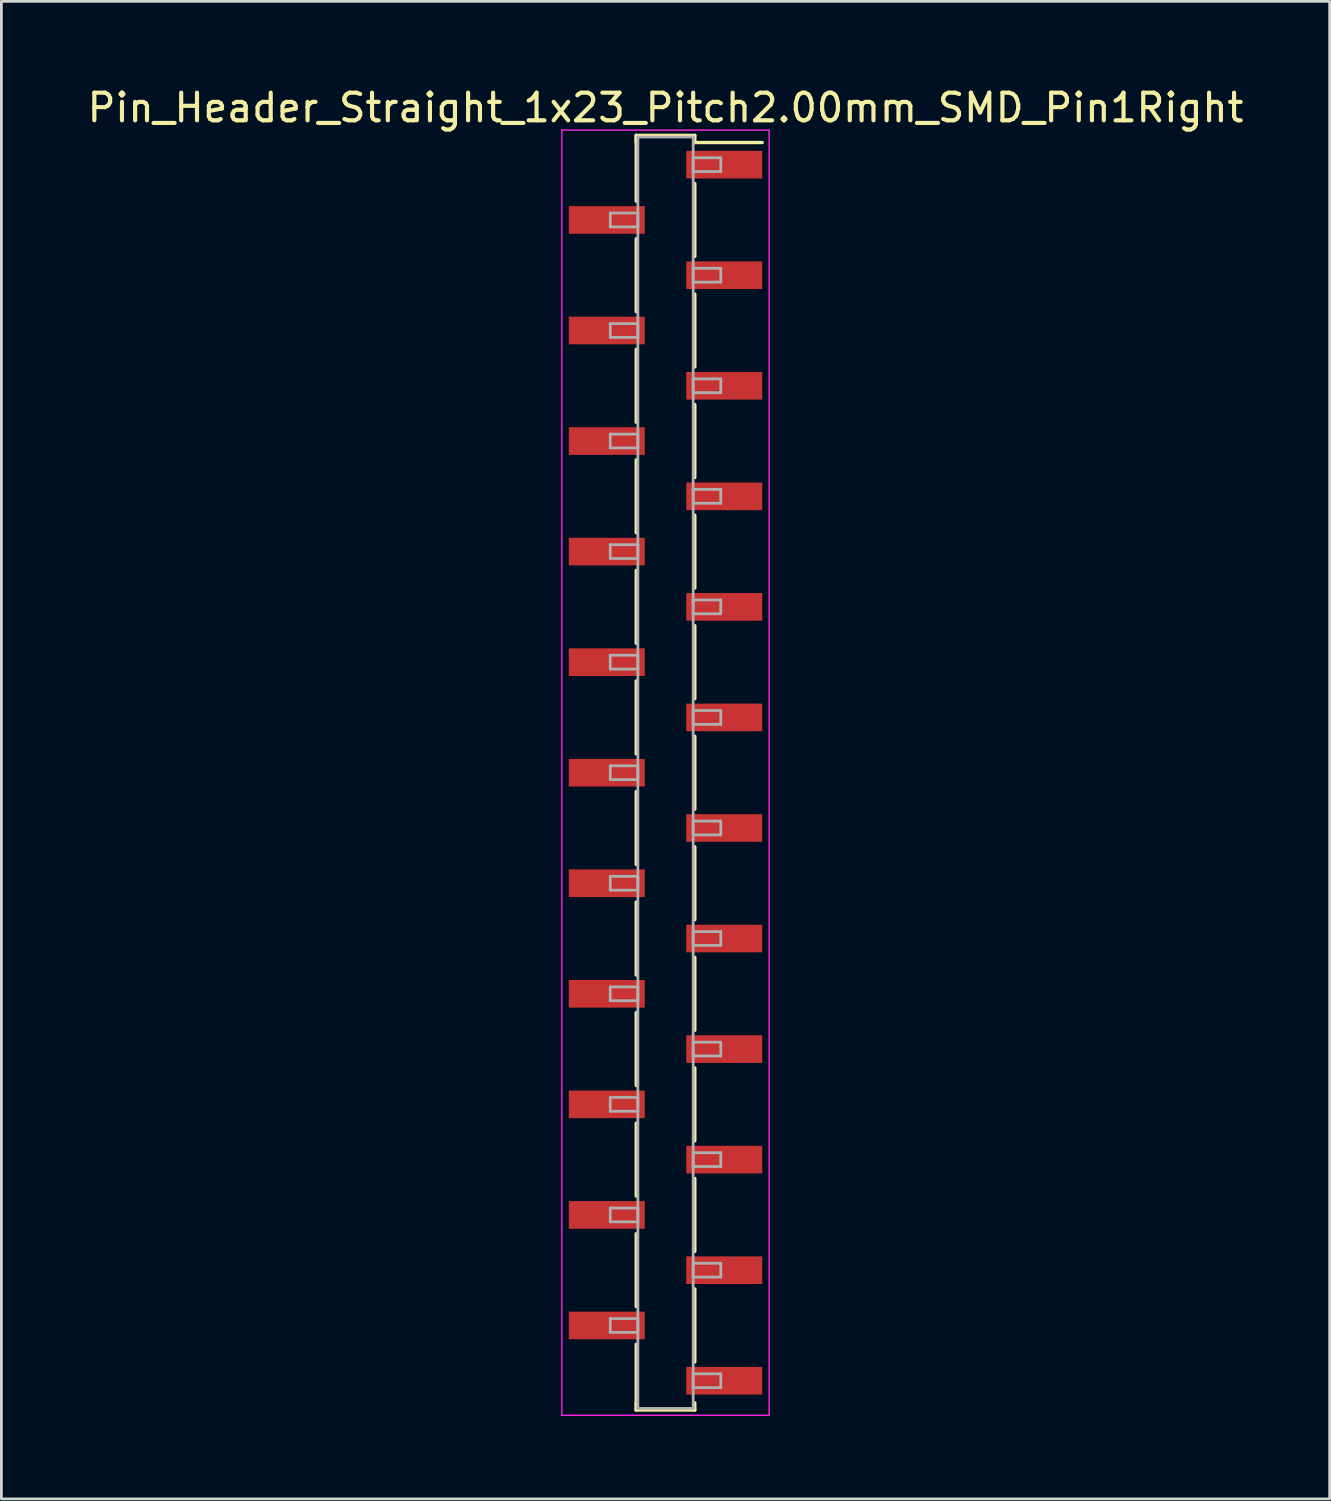
<source format=kicad_pcb>
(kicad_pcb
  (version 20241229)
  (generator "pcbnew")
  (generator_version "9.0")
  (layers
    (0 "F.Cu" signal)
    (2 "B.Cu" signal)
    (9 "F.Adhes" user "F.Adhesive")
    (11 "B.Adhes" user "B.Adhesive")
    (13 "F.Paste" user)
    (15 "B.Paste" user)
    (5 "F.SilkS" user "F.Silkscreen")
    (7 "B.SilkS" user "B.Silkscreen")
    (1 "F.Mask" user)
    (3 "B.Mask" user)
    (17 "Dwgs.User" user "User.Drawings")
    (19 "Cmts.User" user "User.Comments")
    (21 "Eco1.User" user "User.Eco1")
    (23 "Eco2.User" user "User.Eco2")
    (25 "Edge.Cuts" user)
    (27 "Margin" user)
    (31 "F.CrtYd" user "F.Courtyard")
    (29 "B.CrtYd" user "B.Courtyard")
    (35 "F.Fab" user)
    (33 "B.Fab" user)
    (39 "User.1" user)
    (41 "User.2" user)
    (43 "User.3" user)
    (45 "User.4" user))
  (footprint "Pin_Header_Straight_1x23_Pitch2.00mm_SMD_Pin1Right"
    (layer "F.Cu")
    (at 21.03 24.908)
    (property "Reference" "Pin_Header_Straight_1x23_Pitch2.00mm_SMD_Pin1Right" (at 0 -24.06 0) (layer "F.SilkS") (effects (font (size 1 1) (thickness 0.15))))
    (attr smd)
    (fp_line (start -1.06 -23.06) (end -1.06 -20.68) (stroke (width 0.12) (type solid)) (layer "F.SilkS"))
    (fp_line (start -1.06 -23.06) (end 1.06 -23.06) (stroke (width 0.12) (type solid)) (layer "F.SilkS"))
    (fp_line (start -1.06 -22.8) (end -1.06 -23.06) (stroke (width 0.12) (type solid)) (layer "F.SilkS"))
    (fp_line (start -1.06 -19.32) (end -1.06 -16.68) (stroke (width 0.12) (type solid)) (layer "F.SilkS"))
    (fp_line (start -1.06 -15.32) (end -1.06 -12.68) (stroke (width 0.12) (type solid)) (layer "F.SilkS"))
    (fp_line (start -1.06 -11.32) (end -1.06 -8.68) (stroke (width 0.12) (type solid)) (layer "F.SilkS"))
    (fp_line (start -1.06 -7.32) (end -1.06 -4.68) (stroke (width 0.12) (type solid)) (layer "F.SilkS"))
    (fp_line (start -1.06 -3.32) (end -1.06 -0.68) (stroke (width 0.12) (type solid)) (layer "F.SilkS"))
    (fp_line (start -1.06 0.68) (end -1.06 3.32) (stroke (width 0.12) (type solid)) (layer "F.SilkS"))
    (fp_line (start -1.06 4.68) (end -1.06 7.32) (stroke (width 0.12) (type solid)) (layer "F.SilkS"))
    (fp_line (start -1.06 8.68) (end -1.06 11.32) (stroke (width 0.12) (type solid)) (layer "F.SilkS"))
    (fp_line (start -1.06 12.68) (end -1.06 15.32) (stroke (width 0.12) (type solid)) (layer "F.SilkS"))
    (fp_line (start -1.06 16.68) (end -1.06 19.32) (stroke (width 0.12) (type solid)) (layer "F.SilkS"))
    (fp_line (start -1.06 20.68) (end -1.06 23.06) (stroke (width 0.12) (type solid)) (layer "F.SilkS"))
    (fp_line (start -1.06 22.8) (end -1.06 23.06) (stroke (width 0.12) (type solid)) (layer "F.SilkS"))
    (fp_line (start -1.06 23.06) (end 1.06 23.06) (stroke (width 0.12) (type solid)) (layer "F.SilkS"))
    (fp_line (start 1.06 -23.06) (end 1.06 -22.8) (stroke (width 0.12) (type solid)) (layer "F.SilkS"))
    (fp_line (start 1.06 -22.8) (end 3.5 -22.8) (stroke (width 0.12) (type solid)) (layer "F.SilkS"))
    (fp_line (start 1.06 -21.32) (end 1.06 -18.68) (stroke (width 0.12) (type solid)) (layer "F.SilkS"))
    (fp_line (start 1.06 -17.32) (end 1.06 -14.68) (stroke (width 0.12) (type solid)) (layer "F.SilkS"))
    (fp_line (start 1.06 -13.32) (end 1.06 -10.68) (stroke (width 0.12) (type solid)) (layer "F.SilkS"))
    (fp_line (start 1.06 -9.32) (end 1.06 -6.68) (stroke (width 0.12) (type solid)) (layer "F.SilkS"))
    (fp_line (start 1.06 -5.32) (end 1.06 -2.68) (stroke (width 0.12) (type solid)) (layer "F.SilkS"))
    (fp_line (start 1.06 -1.32) (end 1.06 1.32) (stroke (width 0.12) (type solid)) (layer "F.SilkS"))
    (fp_line (start 1.06 2.68) (end 1.06 5.32) (stroke (width 0.12) (type solid)) (layer "F.SilkS"))
    (fp_line (start 1.06 6.68) (end 1.06 9.32) (stroke (width 0.12) (type solid)) (layer "F.SilkS"))
    (fp_line (start 1.06 10.68) (end 1.06 13.32) (stroke (width 0.12) (type solid)) (layer "F.SilkS"))
    (fp_line (start 1.06 14.68) (end 1.06 17.32) (stroke (width 0.12) (type solid)) (layer "F.SilkS"))
    (fp_line (start 1.06 18.68) (end 1.06 21.32) (stroke (width 0.12) (type solid)) (layer "F.SilkS"))
    (fp_line (start 1.06 23.06) (end 1.06 22.8) (stroke (width 0.12) (type solid)) (layer "F.SilkS"))
    (fp_line (start -3.75 -23.25) (end -3.75 23.25) (stroke (width 0.05) (type solid)) (layer "F.CrtYd"))
    (fp_line (start -3.75 23.25) (end 3.75 23.25) (stroke (width 0.05) (type solid)) (layer "F.CrtYd"))
    (fp_line (start 3.75 -23.25) (end -3.75 -23.25) (stroke (width 0.05) (type solid)) (layer "F.CrtYd"))
    (fp_line (start 3.75 23.25) (end 3.75 -23.25) (stroke (width 0.05) (type solid)) (layer "F.CrtYd"))
    (fp_line (start -2 -20.25) (end -1 -20.25) (stroke (width 0.1) (type solid)) (layer "F.Fab"))
    (fp_line (start -2 -19.75) (end -2 -20.25) (stroke (width 0.1) (type solid)) (layer "F.Fab"))
    (fp_line (start -2 -16.25) (end -1 -16.25) (stroke (width 0.1) (type solid)) (layer "F.Fab"))
    (fp_line (start -2 -15.75) (end -2 -16.25) (stroke (width 0.1) (type solid)) (layer "F.Fab"))
    (fp_line (start -2 -12.25) (end -1 -12.25) (stroke (width 0.1) (type solid)) (layer "F.Fab"))
    (fp_line (start -2 -11.75) (end -2 -12.25) (stroke (width 0.1) (type solid)) (layer "F.Fab"))
    (fp_line (start -2 -8.25) (end -1 -8.25) (stroke (width 0.1) (type solid)) (layer "F.Fab"))
    (fp_line (start -2 -7.75) (end -2 -8.25) (stroke (width 0.1) (type solid)) (layer "F.Fab"))
    (fp_line (start -2 -4.25) (end -1 -4.25) (stroke (width 0.1) (type solid)) (layer "F.Fab"))
    (fp_line (start -2 -3.75) (end -2 -4.25) (stroke (width 0.1) (type solid)) (layer "F.Fab"))
    (fp_line (start -2 -0.25) (end -1 -0.25) (stroke (width 0.1) (type solid)) (layer "F.Fab"))
    (fp_line (start -2 0.25) (end -2 -0.25) (stroke (width 0.1) (type solid)) (layer "F.Fab"))
    (fp_line (start -2 3.75) (end -1 3.75) (stroke (width 0.1) (type solid)) (layer "F.Fab"))
    (fp_line (start -2 4.25) (end -2 3.75) (stroke (width 0.1) (type solid)) (layer "F.Fab"))
    (fp_line (start -2 7.75) (end -1 7.75) (stroke (width 0.1) (type solid)) (layer "F.Fab"))
    (fp_line (start -2 8.25) (end -2 7.75) (stroke (width 0.1) (type solid)) (layer "F.Fab"))
    (fp_line (start -2 11.75) (end -1 11.75) (stroke (width 0.1) (type solid)) (layer "F.Fab"))
    (fp_line (start -2 12.25) (end -2 11.75) (stroke (width 0.1) (type solid)) (layer "F.Fab"))
    (fp_line (start -2 15.75) (end -1 15.75) (stroke (width 0.1) (type solid)) (layer "F.Fab"))
    (fp_line (start -2 16.25) (end -2 15.75) (stroke (width 0.1) (type solid)) (layer "F.Fab"))
    (fp_line (start -2 19.75) (end -1 19.75) (stroke (width 0.1) (type solid)) (layer "F.Fab"))
    (fp_line (start -2 20.25) (end -2 19.75) (stroke (width 0.1) (type solid)) (layer "F.Fab"))
    (fp_line (start -1 -23) (end -1 23) (stroke (width 0.1) (type solid)) (layer "F.Fab"))
    (fp_line (start -1 -20.25) (end -1 -19.75) (stroke (width 0.1) (type solid)) (layer "F.Fab"))
    (fp_line (start -1 -19.75) (end -2 -19.75) (stroke (width 0.1) (type solid)) (layer "F.Fab"))
    (fp_line (start -1 -16.25) (end -1 -15.75) (stroke (width 0.1) (type solid)) (layer "F.Fab"))
    (fp_line (start -1 -15.75) (end -2 -15.75) (stroke (width 0.1) (type solid)) (layer "F.Fab"))
    (fp_line (start -1 -12.25) (end -1 -11.75) (stroke (width 0.1) (type solid)) (layer "F.Fab"))
    (fp_line (start -1 -11.75) (end -2 -11.75) (stroke (width 0.1) (type solid)) (layer "F.Fab"))
    (fp_line (start -1 -8.25) (end -1 -7.75) (stroke (width 0.1) (type solid)) (layer "F.Fab"))
    (fp_line (start -1 -7.75) (end -2 -7.75) (stroke (width 0.1) (type solid)) (layer "F.Fab"))
    (fp_line (start -1 -4.25) (end -1 -3.75) (stroke (width 0.1) (type solid)) (layer "F.Fab"))
    (fp_line (start -1 -3.75) (end -2 -3.75) (stroke (width 0.1) (type solid)) (layer "F.Fab"))
    (fp_line (start -1 -0.25) (end -1 0.25) (stroke (width 0.1) (type solid)) (layer "F.Fab"))
    (fp_line (start -1 0.25) (end -2 0.25) (stroke (width 0.1) (type solid)) (layer "F.Fab"))
    (fp_line (start -1 3.75) (end -1 4.25) (stroke (width 0.1) (type solid)) (layer "F.Fab"))
    (fp_line (start -1 4.25) (end -2 4.25) (stroke (width 0.1) (type solid)) (layer "F.Fab"))
    (fp_line (start -1 7.75) (end -1 8.25) (stroke (width 0.1) (type solid)) (layer "F.Fab"))
    (fp_line (start -1 8.25) (end -2 8.25) (stroke (width 0.1) (type solid)) (layer "F.Fab"))
    (fp_line (start -1 11.75) (end -1 12.25) (stroke (width 0.1) (type solid)) (layer "F.Fab"))
    (fp_line (start -1 12.25) (end -2 12.25) (stroke (width 0.1) (type solid)) (layer "F.Fab"))
    (fp_line (start -1 15.75) (end -1 16.25) (stroke (width 0.1) (type solid)) (layer "F.Fab"))
    (fp_line (start -1 16.25) (end -2 16.25) (stroke (width 0.1) (type solid)) (layer "F.Fab"))
    (fp_line (start -1 19.75) (end -1 20.25) (stroke (width 0.1) (type solid)) (layer "F.Fab"))
    (fp_line (start -1 20.25) (end -2 20.25) (stroke (width 0.1) (type solid)) (layer "F.Fab"))
    (fp_line (start -1 23) (end 1 23) (stroke (width 0.1) (type solid)) (layer "F.Fab"))
    (fp_line (start 1 -23) (end -1 -23) (stroke (width 0.1) (type solid)) (layer "F.Fab"))
    (fp_line (start 1 -22.25) (end 1 -21.75) (stroke (width 0.1) (type solid)) (layer "F.Fab"))
    (fp_line (start 1 -21.75) (end 2 -21.75) (stroke (width 0.1) (type solid)) (layer "F.Fab"))
    (fp_line (start 1 -18.25) (end 1 -17.75) (stroke (width 0.1) (type solid)) (layer "F.Fab"))
    (fp_line (start 1 -17.75) (end 2 -17.75) (stroke (width 0.1) (type solid)) (layer "F.Fab"))
    (fp_line (start 1 -14.25) (end 1 -13.75) (stroke (width 0.1) (type solid)) (layer "F.Fab"))
    (fp_line (start 1 -13.75) (end 2 -13.75) (stroke (width 0.1) (type solid)) (layer "F.Fab"))
    (fp_line (start 1 -10.25) (end 1 -9.75) (stroke (width 0.1) (type solid)) (layer "F.Fab"))
    (fp_line (start 1 -9.75) (end 2 -9.75) (stroke (width 0.1) (type solid)) (layer "F.Fab"))
    (fp_line (start 1 -6.25) (end 1 -5.75) (stroke (width 0.1) (type solid)) (layer "F.Fab"))
    (fp_line (start 1 -5.75) (end 2 -5.75) (stroke (width 0.1) (type solid)) (layer "F.Fab"))
    (fp_line (start 1 -2.25) (end 1 -1.75) (stroke (width 0.1) (type solid)) (layer "F.Fab"))
    (fp_line (start 1 -1.75) (end 2 -1.75) (stroke (width 0.1) (type solid)) (layer "F.Fab"))
    (fp_line (start 1 1.75) (end 1 2.25) (stroke (width 0.1) (type solid)) (layer "F.Fab"))
    (fp_line (start 1 2.25) (end 2 2.25) (stroke (width 0.1) (type solid)) (layer "F.Fab"))
    (fp_line (start 1 5.75) (end 1 6.25) (stroke (width 0.1) (type solid)) (layer "F.Fab"))
    (fp_line (start 1 6.25) (end 2 6.25) (stroke (width 0.1) (type solid)) (layer "F.Fab"))
    (fp_line (start 1 9.75) (end 1 10.25) (stroke (width 0.1) (type solid)) (layer "F.Fab"))
    (fp_line (start 1 10.25) (end 2 10.25) (stroke (width 0.1) (type solid)) (layer "F.Fab"))
    (fp_line (start 1 13.75) (end 1 14.25) (stroke (width 0.1) (type solid)) (layer "F.Fab"))
    (fp_line (start 1 14.25) (end 2 14.25) (stroke (width 0.1) (type solid)) (layer "F.Fab"))
    (fp_line (start 1 17.75) (end 1 18.25) (stroke (width 0.1) (type solid)) (layer "F.Fab"))
    (fp_line (start 1 18.25) (end 2 18.25) (stroke (width 0.1) (type solid)) (layer "F.Fab"))
    (fp_line (start 1 21.75) (end 1 22.25) (stroke (width 0.1) (type solid)) (layer "F.Fab"))
    (fp_line (start 1 22.25) (end 2 22.25) (stroke (width 0.1) (type solid)) (layer "F.Fab"))
    (fp_line (start 1 23) (end 1 -23) (stroke (width 0.1) (type solid)) (layer "F.Fab"))
    (fp_line (start 2 -22.25) (end 1 -22.25) (stroke (width 0.1) (type solid)) (layer "F.Fab"))
    (fp_line (start 2 -21.75) (end 2 -22.25) (stroke (width 0.1) (type solid)) (layer "F.Fab"))
    (fp_line (start 2 -18.25) (end 1 -18.25) (stroke (width 0.1) (type solid)) (layer "F.Fab"))
    (fp_line (start 2 -17.75) (end 2 -18.25) (stroke (width 0.1) (type solid)) (layer "F.Fab"))
    (fp_line (start 2 -14.25) (end 1 -14.25) (stroke (width 0.1) (type solid)) (layer "F.Fab"))
    (fp_line (start 2 -13.75) (end 2 -14.25) (stroke (width 0.1) (type solid)) (layer "F.Fab"))
    (fp_line (start 2 -10.25) (end 1 -10.25) (stroke (width 0.1) (type solid)) (layer "F.Fab"))
    (fp_line (start 2 -9.75) (end 2 -10.25) (stroke (width 0.1) (type solid)) (layer "F.Fab"))
    (fp_line (start 2 -6.25) (end 1 -6.25) (stroke (width 0.1) (type solid)) (layer "F.Fab"))
    (fp_line (start 2 -5.75) (end 2 -6.25) (stroke (width 0.1) (type solid)) (layer "F.Fab"))
    (fp_line (start 2 -2.25) (end 1 -2.25) (stroke (width 0.1) (type solid)) (layer "F.Fab"))
    (fp_line (start 2 -1.75) (end 2 -2.25) (stroke (width 0.1) (type solid)) (layer "F.Fab"))
    (fp_line (start 2 1.75) (end 1 1.75) (stroke (width 0.1) (type solid)) (layer "F.Fab"))
    (fp_line (start 2 2.25) (end 2 1.75) (stroke (width 0.1) (type solid)) (layer "F.Fab"))
    (fp_line (start 2 5.75) (end 1 5.75) (stroke (width 0.1) (type solid)) (layer "F.Fab"))
    (fp_line (start 2 6.25) (end 2 5.75) (stroke (width 0.1) (type solid)) (layer "F.Fab"))
    (fp_line (start 2 9.75) (end 1 9.75) (stroke (width 0.1) (type solid)) (layer "F.Fab"))
    (fp_line (start 2 10.25) (end 2 9.75) (stroke (width 0.1) (type solid)) (layer "F.Fab"))
    (fp_line (start 2 13.75) (end 1 13.75) (stroke (width 0.1) (type solid)) (layer "F.Fab"))
    (fp_line (start 2 14.25) (end 2 13.75) (stroke (width 0.1) (type solid)) (layer "F.Fab"))
    (fp_line (start 2 17.75) (end 1 17.75) (stroke (width 0.1) (type solid)) (layer "F.Fab"))
    (fp_line (start 2 18.25) (end 2 17.75) (stroke (width 0.1) (type solid)) (layer "F.Fab"))
    (fp_line (start 2 21.75) (end 1 21.75) (stroke (width 0.1) (type solid)) (layer "F.Fab"))
    (fp_line (start 2 22.25) (end 2 21.75) (stroke (width 0.1) (type solid)) (layer "F.Fab"))
    (pad "1" smd rect (at 2.125 -22) (size 2.75 1) (layers "F.Cu" "F.Mask"))
    (pad "2" smd rect (at -2.125 -20) (size 2.75 1) (layers "F.Cu" "F.Mask"))
    (pad "3" smd rect (at 2.125 -18) (size 2.75 1) (layers "F.Cu" "F.Mask"))
    (pad "4" smd rect (at -2.125 -16) (size 2.75 1) (layers "F.Cu" "F.Mask"))
    (pad "5" smd rect (at 2.125 -14) (size 2.75 1) (layers "F.Cu" "F.Mask"))
    (pad "6" smd rect (at -2.125 -12) (size 2.75 1) (layers "F.Cu" "F.Mask"))
    (pad "7" smd rect (at 2.125 -10) (size 2.75 1) (layers "F.Cu" "F.Mask"))
    (pad "8" smd rect (at -2.125 -8) (size 2.75 1) (layers "F.Cu" "F.Mask"))
    (pad "9" smd rect (at 2.125 -6) (size 2.75 1) (layers "F.Cu" "F.Mask"))
    (pad "10" smd rect (at -2.125 -4) (size 2.75 1) (layers "F.Cu" "F.Mask"))
    (pad "11" smd rect (at 2.125 -2) (size 2.75 1) (layers "F.Cu" "F.Mask"))
    (pad "12" smd rect (at -2.125 0) (size 2.75 1) (layers "F.Cu" "F.Mask"))
    (pad "13" smd rect (at 2.125 2) (size 2.75 1) (layers "F.Cu" "F.Mask"))
    (pad "14" smd rect (at -2.125 4) (size 2.75 1) (layers "F.Cu" "F.Mask"))
    (pad "15" smd rect (at 2.125 6) (size 2.75 1) (layers "F.Cu" "F.Mask"))
    (pad "16" smd rect (at -2.125 8) (size 2.75 1) (layers "F.Cu" "F.Mask"))
    (pad "17" smd rect (at 2.125 10) (size 2.75 1) (layers "F.Cu" "F.Mask"))
    (pad "18" smd rect (at -2.125 12) (size 2.75 1) (layers "F.Cu" "F.Mask"))
    (pad "19" smd rect (at 2.125 14) (size 2.75 1) (layers "F.Cu" "F.Mask"))
    (pad "20" smd rect (at -2.125 16) (size 2.75 1) (layers "F.Cu" "F.Mask"))
    (pad "21" smd rect (at 2.125 18) (size 2.75 1) (layers "F.Cu" "F.Mask"))
    (pad "22" smd rect (at -2.125 20) (size 2.75 1) (layers "F.Cu" "F.Mask"))
    (pad "23" smd rect (at 2.125 22) (size 2.75 1) (layers "F.Cu" "F.Mask")))
  (gr_rect
    (start -3 -3)
    (end 45.06 51.183)
    (stroke (width 0.1) (type default))
    (fill no)
    (layer "Edge.Cuts")))
</source>
